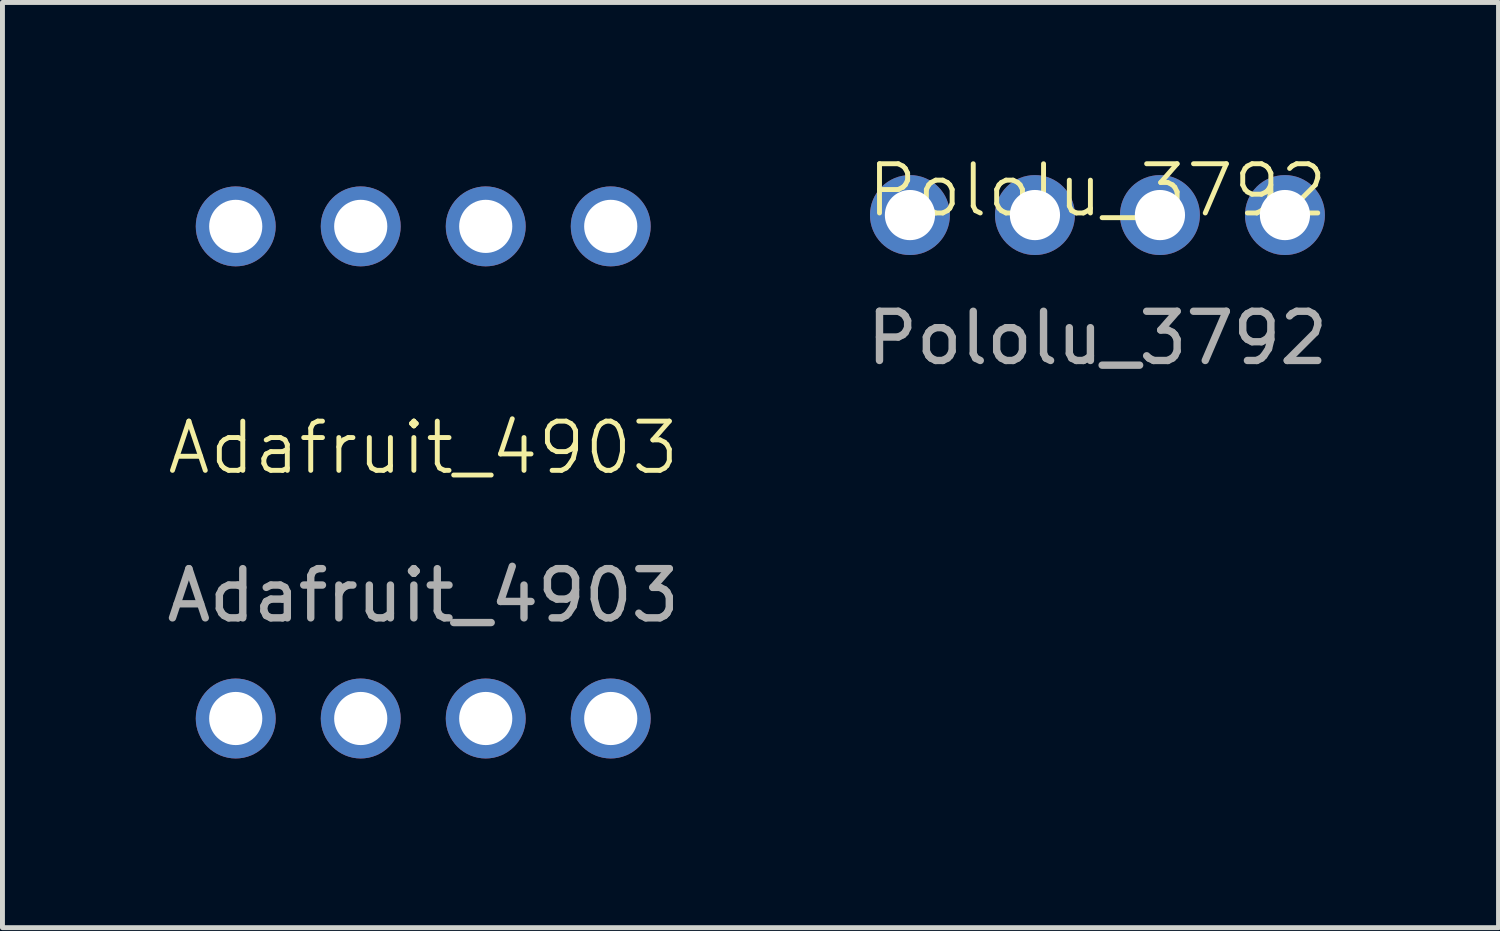
<source format=kicad_pcb>
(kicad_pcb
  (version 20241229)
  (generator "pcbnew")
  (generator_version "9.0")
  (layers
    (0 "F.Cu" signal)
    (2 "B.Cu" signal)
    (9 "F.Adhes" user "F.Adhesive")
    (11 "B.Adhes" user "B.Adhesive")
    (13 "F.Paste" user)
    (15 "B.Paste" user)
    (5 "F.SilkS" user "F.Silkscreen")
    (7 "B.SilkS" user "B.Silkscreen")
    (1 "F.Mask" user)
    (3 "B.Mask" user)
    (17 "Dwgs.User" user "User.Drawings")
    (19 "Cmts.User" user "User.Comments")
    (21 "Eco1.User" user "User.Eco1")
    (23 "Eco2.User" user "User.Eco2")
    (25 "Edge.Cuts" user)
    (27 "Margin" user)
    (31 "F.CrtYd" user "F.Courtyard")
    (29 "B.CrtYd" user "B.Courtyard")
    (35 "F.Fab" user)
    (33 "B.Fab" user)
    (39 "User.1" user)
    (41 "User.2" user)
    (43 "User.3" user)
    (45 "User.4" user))
  (footprint "Pololu_3792"
    (layer "F.Cu")
    (at 19.25 1.32)
    (property "Reference" "Pololu_3792" (at 0 -0.5 0) (unlocked yes) (layer "F.SilkS") (effects (font (size 1 1) (thickness 0.1))))
    (attr through_hole)
    (fp_rect (start -5.1 -1.27) (end 5.1 11.43) (stroke (width 0.1) (type default)) (fill no) (layer "Margin"))
    (fp_text user "${REFERENCE}" (at 0 2.5 0) (unlocked yes) (layer "F.Fab") (effects (font (size 1 1) (thickness 0.15))))
    (pad "1" thru_hole circle (at -3.81 0) (size 1.624 1.624) (drill 1.02) (layers "*.Cu" "*.Mask"))
    (pad "2" thru_hole circle (at -1.27 0) (size 1.624 1.624) (drill 1.02) (layers "*.Cu" "*.Mask"))
    (pad "3" thru_hole circle (at 1.27 0) (size 1.624 1.624) (drill 1.02) (layers "*.Cu" "*.Mask"))
    (pad "4" thru_hole circle (at 3.81 0) (size 1.624 1.624) (drill 1.02) (layers "*.Cu" "*.Mask")))
  (footprint "Adafruit_4903"
    (layer "F.Cu")
    (at 5.55 6.55)
    (property "Reference" "Adafruit_4903" (at 0 -0.5 0) (unlocked yes) (layer "F.SilkS") (effects (font (size 1 1) (thickness 0.1))))
    (attr through_hole)
    (fp_rect (start -5.5 -6.5) (end 5.5 6) (stroke (width 0.1) (type default)) (fill no) (layer "Margin"))
    (fp_text user "${REFERENCE}" (at 0 2.5 0) (unlocked yes) (layer "F.Fab") (effects (font (size 1 1) (thickness 0.15))))
    (pad "1" thru_hole circle (at -3.81 5) (size 1.624 1.624) (drill 1.08) (layers "*.Cu" "*.Mask"))
    (pad "2" thru_hole circle (at -1.27 5) (size 1.624 1.624) (drill 1.08) (layers "*.Cu" "*.Mask"))
    (pad "3" thru_hole circle (at 1.27 5) (size 1.624 1.624) (drill 1.08) (layers "*.Cu" "*.Mask"))
    (pad "4" thru_hole circle (at 3.81 5) (size 1.624 1.624) (drill 1.08) (layers "*.Cu" "*.Mask"))
    (pad "5" thru_hole circle (at -3.81 -5) (size 1.624 1.624) (drill 1.08) (layers "*.Cu" "*.Mask"))
    (pad "6" thru_hole circle (at -1.27 -5) (size 1.624 1.624) (drill 1.08) (layers "*.Cu" "*.Mask"))
    (pad "7" thru_hole circle (at 1.27 -5) (size 1.624 1.624) (drill 1.08) (layers "*.Cu" "*.Mask"))
    (pad "8" thru_hole circle (at 3.81 -5) (size 1.624 1.624) (drill 1.08) (layers "*.Cu" "*.Mask")))
  (gr_rect
    (start -3 -3)
    (end 27.4 15.8)
    (stroke (width 0.1) (type default))
    (fill no)
    (layer "Edge.Cuts")))
</source>
